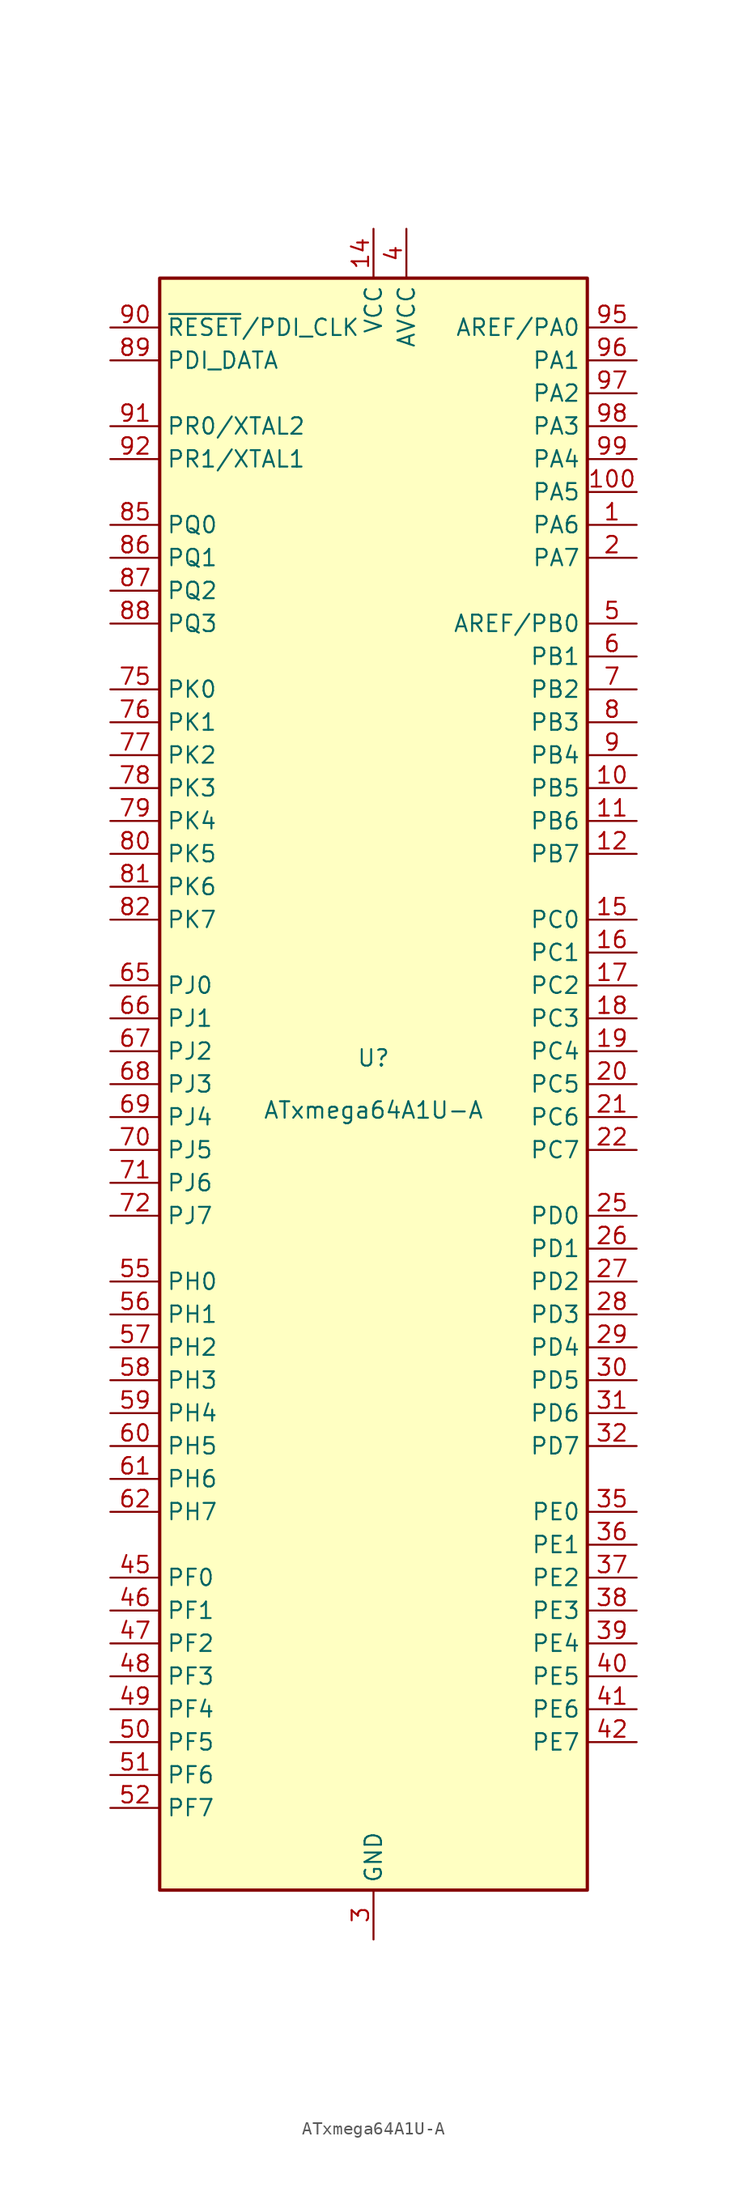
<source format=kicad_sym>
(kicad_symbol_lib
  (version 20201005)
  (generator kicad_symbol_editor)
  (symbol "ATxmega64A1U-A"
    (property "Reference" "U"
      (at 0 1.27 0)
      (effects (font (size 1.27 1.27)) (justify bottom)))
    (property "Value" "ATxmega64A1U-A"
      (at 0 -1.27 0)
      (effects (font (size 1.27 1.27)) (justify top)))
    (symbol "ATxmega64A1U-A_0_1"
      (rectangle (start -16.51 -62.23) (end 16.51 62.23) (stroke (width 0.254)) (fill (type background))))
    (symbol "ATxmega64A1U-A_1_1"
      (pin bidirectional line (at 20.32 43.18 180) (length 3.81) (name "PA6" (effects (font (size 1.27 1.27)))) (number "1" (effects (font (size 1.27 1.27)))))
      (pin bidirectional line (at 20.32 22.86 180) (length 3.81) (name "PB5" (effects (font (size 1.27 1.27)))) (number "10" (effects (font (size 1.27 1.27)))))
      (pin bidirectional line (at 20.32 45.72 180) (length 3.81) (name "PA5" (effects (font (size 1.27 1.27)))) (number "100" (effects (font (size 1.27 1.27)))))
      (pin bidirectional line (at 20.32 20.32 180) (length 3.81) (name "PB6" (effects (font (size 1.27 1.27)))) (number "11" (effects (font (size 1.27 1.27)))))
      (pin bidirectional line (at 20.32 17.78 180) (length 3.81) (name "PB7" (effects (font (size 1.27 1.27)))) (number "12" (effects (font (size 1.27 1.27)))))
      (pin passive line (at 0 -66.04 90) (length 3.81) hide (name "GND" (effects (font (size 1.27 1.27)))) (number "13" (effects (font (size 1.27 1.27)))))
      (pin power_in line (at 0 66.04 270) (length 3.81) (name "VCC" (effects (font (size 1.27 1.27)))) (number "14" (effects (font (size 1.27 1.27)))))
      (pin bidirectional line (at 20.32 12.7 180) (length 3.81) (name "PC0" (effects (font (size 1.27 1.27)))) (number "15" (effects (font (size 1.27 1.27)))))
      (pin bidirectional line (at 20.32 10.16 180) (length 3.81) (name "PC1" (effects (font (size 1.27 1.27)))) (number "16" (effects (font (size 1.27 1.27)))))
      (pin bidirectional line (at 20.32 7.62 180) (length 3.81) (name "PC2" (effects (font (size 1.27 1.27)))) (number "17" (effects (font (size 1.27 1.27)))))
      (pin bidirectional line (at 20.32 5.08 180) (length 3.81) (name "PC3" (effects (font (size 1.27 1.27)))) (number "18" (effects (font (size 1.27 1.27)))))
      (pin bidirectional line (at 20.32 2.54 180) (length 3.81) (name "PC4" (effects (font (size 1.27 1.27)))) (number "19" (effects (font (size 1.27 1.27)))))
      (pin bidirectional line (at 20.32 40.64 180) (length 3.81) (name "PA7" (effects (font (size 1.27 1.27)))) (number "2" (effects (font (size 1.27 1.27)))))
      (pin bidirectional line (at 20.32 0 180) (length 3.81) (name "PC5" (effects (font (size 1.27 1.27)))) (number "20" (effects (font (size 1.27 1.27)))))
      (pin bidirectional line (at 20.32 -2.54 180) (length 3.81) (name "PC6" (effects (font (size 1.27 1.27)))) (number "21" (effects (font (size 1.27 1.27)))))
      (pin bidirectional line (at 20.32 -5.08 180) (length 3.81) (name "PC7" (effects (font (size 1.27 1.27)))) (number "22" (effects (font (size 1.27 1.27)))))
      (pin passive line (at 0 -66.04 90) (length 3.81) hide (name "GND" (effects (font (size 1.27 1.27)))) (number "23" (effects (font (size 1.27 1.27)))))
      (pin passive line (at 0 66.04 270) (length 3.81) hide (name "VCC" (effects (font (size 1.27 1.27)))) (number "24" (effects (font (size 1.27 1.27)))))
      (pin bidirectional line (at 20.32 -10.16 180) (length 3.81) (name "PD0" (effects (font (size 1.27 1.27)))) (number "25" (effects (font (size 1.27 1.27)))))
      (pin bidirectional line (at 20.32 -12.7 180) (length 3.81) (name "PD1" (effects (font (size 1.27 1.27)))) (number "26" (effects (font (size 1.27 1.27)))))
      (pin bidirectional line (at 20.32 -15.24 180) (length 3.81) (name "PD2" (effects (font (size 1.27 1.27)))) (number "27" (effects (font (size 1.27 1.27)))))
      (pin bidirectional line (at 20.32 -17.78 180) (length 3.81) (name "PD3" (effects (font (size 1.27 1.27)))) (number "28" (effects (font (size 1.27 1.27)))))
      (pin bidirectional line (at 20.32 -20.32 180) (length 3.81) (name "PD4" (effects (font (size 1.27 1.27)))) (number "29" (effects (font (size 1.27 1.27)))))
      (pin power_in line (at 0 -66.04 90) (length 3.81) (name "GND" (effects (font (size 1.27 1.27)))) (number "3" (effects (font (size 1.27 1.27)))))
      (pin bidirectional line (at 20.32 -22.86 180) (length 3.81) (name "PD5" (effects (font (size 1.27 1.27)))) (number "30" (effects (font (size 1.27 1.27)))))
      (pin bidirectional line (at 20.32 -25.4 180) (length 3.81) (name "PD6" (effects (font (size 1.27 1.27)))) (number "31" (effects (font (size 1.27 1.27)))))
      (pin bidirectional line (at 20.32 -27.94 180) (length 3.81) (name "PD7" (effects (font (size 1.27 1.27)))) (number "32" (effects (font (size 1.27 1.27)))))
      (pin passive line (at 0 -66.04 90) (length 3.81) hide (name "GND" (effects (font (size 1.27 1.27)))) (number "33" (effects (font (size 1.27 1.27)))))
      (pin passive line (at 0 66.04 270) (length 3.81) hide (name "VCC" (effects (font (size 1.27 1.27)))) (number "34" (effects (font (size 1.27 1.27)))))
      (pin bidirectional line (at 20.32 -33.02 180) (length 3.81) (name "PE0" (effects (font (size 1.27 1.27)))) (number "35" (effects (font (size 1.27 1.27)))))
      (pin bidirectional line (at 20.32 -35.56 180) (length 3.81) (name "PE1" (effects (font (size 1.27 1.27)))) (number "36" (effects (font (size 1.27 1.27)))))
      (pin bidirectional line (at 20.32 -38.1 180) (length 3.81) (name "PE2" (effects (font (size 1.27 1.27)))) (number "37" (effects (font (size 1.27 1.27)))))
      (pin bidirectional line (at 20.32 -40.64 180) (length 3.81) (name "PE3" (effects (font (size 1.27 1.27)))) (number "38" (effects (font (size 1.27 1.27)))))
      (pin bidirectional line (at 20.32 -43.18 180) (length 3.81) (name "PE4" (effects (font (size 1.27 1.27)))) (number "39" (effects (font (size 1.27 1.27)))))
      (pin power_in line (at 2.54 66.04 270) (length 3.81) (name "AVCC" (effects (font (size 1.27 1.27)))) (number "4" (effects (font (size 1.27 1.27)))))
      (pin bidirectional line (at 20.32 -45.72 180) (length 3.81) (name "PE5" (effects (font (size 1.27 1.27)))) (number "40" (effects (font (size 1.27 1.27)))))
      (pin bidirectional line (at 20.32 -48.26 180) (length 3.81) (name "PE6" (effects (font (size 1.27 1.27)))) (number "41" (effects (font (size 1.27 1.27)))))
      (pin bidirectional line (at 20.32 -50.8 180) (length 3.81) (name "PE7" (effects (font (size 1.27 1.27)))) (number "42" (effects (font (size 1.27 1.27)))))
      (pin passive line (at 0 -66.04 90) (length 3.81) hide (name "GND" (effects (font (size 1.27 1.27)))) (number "43" (effects (font (size 1.27 1.27)))))
      (pin passive line (at 0 66.04 270) (length 3.81) hide (name "VCC" (effects (font (size 1.27 1.27)))) (number "44" (effects (font (size 1.27 1.27)))))
      (pin bidirectional line (at -20.32 -38.1 0) (length 3.81) (name "PF0" (effects (font (size 1.27 1.27)))) (number "45" (effects (font (size 1.27 1.27)))))
      (pin bidirectional line (at -20.32 -40.64 0) (length 3.81) (name "PF1" (effects (font (size 1.27 1.27)))) (number "46" (effects (font (size 1.27 1.27)))))
      (pin bidirectional line (at -20.32 -43.18 0) (length 3.81) (name "PF2" (effects (font (size 1.27 1.27)))) (number "47" (effects (font (size 1.27 1.27)))))
      (pin bidirectional line (at -20.32 -45.72 0) (length 3.81) (name "PF3" (effects (font (size 1.27 1.27)))) (number "48" (effects (font (size 1.27 1.27)))))
      (pin bidirectional line (at -20.32 -48.26 0) (length 3.81) (name "PF4" (effects (font (size 1.27 1.27)))) (number "49" (effects (font (size 1.27 1.27)))))
      (pin bidirectional line (at 20.32 35.56 180) (length 3.81) (name "AREF/PB0" (effects (font (size 1.27 1.27)))) (number "5" (effects (font (size 1.27 1.27)))))
      (pin bidirectional line (at -20.32 -50.8 0) (length 3.81) (name "PF5" (effects (font (size 1.27 1.27)))) (number "50" (effects (font (size 1.27 1.27)))))
      (pin bidirectional line (at -20.32 -53.34 0) (length 3.81) (name "PF6" (effects (font (size 1.27 1.27)))) (number "51" (effects (font (size 1.27 1.27)))))
      (pin bidirectional line (at -20.32 -55.88 0) (length 3.81) (name "PF7" (effects (font (size 1.27 1.27)))) (number "52" (effects (font (size 1.27 1.27)))))
      (pin passive line (at 0 -66.04 90) (length 3.81) hide (name "GND" (effects (font (size 1.27 1.27)))) (number "53" (effects (font (size 1.27 1.27)))))
      (pin passive line (at 0 66.04 270) (length 3.81) hide (name "VCC" (effects (font (size 1.27 1.27)))) (number "54" (effects (font (size 1.27 1.27)))))
      (pin bidirectional line (at -20.32 -15.24 0) (length 3.81) (name "PH0" (effects (font (size 1.27 1.27)))) (number "55" (effects (font (size 1.27 1.27)))))
      (pin bidirectional line (at -20.32 -17.78 0) (length 3.81) (name "PH1" (effects (font (size 1.27 1.27)))) (number "56" (effects (font (size 1.27 1.27)))))
      (pin bidirectional line (at -20.32 -20.32 0) (length 3.81) (name "PH2" (effects (font (size 1.27 1.27)))) (number "57" (effects (font (size 1.27 1.27)))))
      (pin bidirectional line (at -20.32 -22.86 0) (length 3.81) (name "PH3" (effects (font (size 1.27 1.27)))) (number "58" (effects (font (size 1.27 1.27)))))
      (pin bidirectional line (at -20.32 -25.4 0) (length 3.81) (name "PH4" (effects (font (size 1.27 1.27)))) (number "59" (effects (font (size 1.27 1.27)))))
      (pin bidirectional line (at 20.32 33.02 180) (length 3.81) (name "PB1" (effects (font (size 1.27 1.27)))) (number "6" (effects (font (size 1.27 1.27)))))
      (pin bidirectional line (at -20.32 -27.94 0) (length 3.81) (name "PH5" (effects (font (size 1.27 1.27)))) (number "60" (effects (font (size 1.27 1.27)))))
      (pin bidirectional line (at -20.32 -30.48 0) (length 3.81) (name "PH6" (effects (font (size 1.27 1.27)))) (number "61" (effects (font (size 1.27 1.27)))))
      (pin bidirectional line (at -20.32 -33.02 0) (length 3.81) (name "PH7" (effects (font (size 1.27 1.27)))) (number "62" (effects (font (size 1.27 1.27)))))
      (pin passive line (at 0 -66.04 90) (length 3.81) hide (name "GND" (effects (font (size 1.27 1.27)))) (number "63" (effects (font (size 1.27 1.27)))))
      (pin passive line (at 0 66.04 270) (length 3.81) hide (name "VCC" (effects (font (size 1.27 1.27)))) (number "64" (effects (font (size 1.27 1.27)))))
      (pin bidirectional line (at -20.32 7.62 0) (length 3.81) (name "PJ0" (effects (font (size 1.27 1.27)))) (number "65" (effects (font (size 1.27 1.27)))))
      (pin bidirectional line (at -20.32 5.08 0) (length 3.81) (name "PJ1" (effects (font (size 1.27 1.27)))) (number "66" (effects (font (size 1.27 1.27)))))
      (pin bidirectional line (at -20.32 2.54 0) (length 3.81) (name "PJ2" (effects (font (size 1.27 1.27)))) (number "67" (effects (font (size 1.27 1.27)))))
      (pin bidirectional line (at -20.32 0 0) (length 3.81) (name "PJ3" (effects (font (size 1.27 1.27)))) (number "68" (effects (font (size 1.27 1.27)))))
      (pin bidirectional line (at -20.32 -2.54 0) (length 3.81) (name "PJ4" (effects (font (size 1.27 1.27)))) (number "69" (effects (font (size 1.27 1.27)))))
      (pin bidirectional line (at 20.32 30.48 180) (length 3.81) (name "PB2" (effects (font (size 1.27 1.27)))) (number "7" (effects (font (size 1.27 1.27)))))
      (pin bidirectional line (at -20.32 -5.08 0) (length 3.81) (name "PJ5" (effects (font (size 1.27 1.27)))) (number "70" (effects (font (size 1.27 1.27)))))
      (pin bidirectional line (at -20.32 -7.62 0) (length 3.81) (name "PJ6" (effects (font (size 1.27 1.27)))) (number "71" (effects (font (size 1.27 1.27)))))
      (pin bidirectional line (at -20.32 -10.16 0) (length 3.81) (name "PJ7" (effects (font (size 1.27 1.27)))) (number "72" (effects (font (size 1.27 1.27)))))
      (pin passive line (at 0 -66.04 90) (length 3.81) hide (name "GND" (effects (font (size 1.27 1.27)))) (number "73" (effects (font (size 1.27 1.27)))))
      (pin passive line (at 0 66.04 270) (length 3.81) hide (name "VCC" (effects (font (size 1.27 1.27)))) (number "74" (effects (font (size 1.27 1.27)))))
      (pin bidirectional line (at -20.32 30.48 0) (length 3.81) (name "PK0" (effects (font (size 1.27 1.27)))) (number "75" (effects (font (size 1.27 1.27)))))
      (pin bidirectional line (at -20.32 27.94 0) (length 3.81) (name "PK1" (effects (font (size 1.27 1.27)))) (number "76" (effects (font (size 1.27 1.27)))))
      (pin bidirectional line (at -20.32 25.4 0) (length 3.81) (name "PK2" (effects (font (size 1.27 1.27)))) (number "77" (effects (font (size 1.27 1.27)))))
      (pin bidirectional line (at -20.32 22.86 0) (length 3.81) (name "PK3" (effects (font (size 1.27 1.27)))) (number "78" (effects (font (size 1.27 1.27)))))
      (pin bidirectional line (at -20.32 20.32 0) (length 3.81) (name "PK4" (effects (font (size 1.27 1.27)))) (number "79" (effects (font (size 1.27 1.27)))))
      (pin bidirectional line (at 20.32 27.94 180) (length 3.81) (name "PB3" (effects (font (size 1.27 1.27)))) (number "8" (effects (font (size 1.27 1.27)))))
      (pin bidirectional line (at -20.32 17.78 0) (length 3.81) (name "PK5" (effects (font (size 1.27 1.27)))) (number "80" (effects (font (size 1.27 1.27)))))
      (pin bidirectional line (at -20.32 15.24 0) (length 3.81) (name "PK6" (effects (font (size 1.27 1.27)))) (number "81" (effects (font (size 1.27 1.27)))))
      (pin bidirectional line (at -20.32 12.7 0) (length 3.81) (name "PK7" (effects (font (size 1.27 1.27)))) (number "82" (effects (font (size 1.27 1.27)))))
      (pin passive line (at 0 66.04 270) (length 3.81) hide (name "VCC" (effects (font (size 1.27 1.27)))) (number "83" (effects (font (size 1.27 1.27)))))
      (pin passive line (at 0 -66.04 90) (length 3.81) hide (name "GND" (effects (font (size 1.27 1.27)))) (number "84" (effects (font (size 1.27 1.27)))))
      (pin bidirectional line (at -20.32 43.18 0) (length 3.81) (name "PQ0" (effects (font (size 1.27 1.27)))) (number "85" (effects (font (size 1.27 1.27)))))
      (pin bidirectional line (at -20.32 40.64 0) (length 3.81) (name "PQ1" (effects (font (size 1.27 1.27)))) (number "86" (effects (font (size 1.27 1.27)))))
      (pin bidirectional line (at -20.32 38.1 0) (length 3.81) (name "PQ2" (effects (font (size 1.27 1.27)))) (number "87" (effects (font (size 1.27 1.27)))))
      (pin bidirectional line (at -20.32 35.56 0) (length 3.81) (name "PQ3" (effects (font (size 1.27 1.27)))) (number "88" (effects (font (size 1.27 1.27)))))
      (pin bidirectional line (at -20.32 55.88 0) (length 3.81) (name "PDI_DATA" (effects (font (size 1.27 1.27)))) (number "89" (effects (font (size 1.27 1.27)))))
      (pin bidirectional line (at 20.32 25.4 180) (length 3.81) (name "PB4" (effects (font (size 1.27 1.27)))) (number "9" (effects (font (size 1.27 1.27)))))
      (pin input line (at -20.32 58.42 0) (length 3.81) (name "~RESET~/PDI_CLK" (effects (font (size 1.27 1.27)))) (number "90" (effects (font (size 1.27 1.27)))))
      (pin bidirectional line (at -20.32 50.8 0) (length 3.81) (name "PR0/XTAL2" (effects (font (size 1.27 1.27)))) (number "91" (effects (font (size 1.27 1.27)))))
      (pin bidirectional line (at -20.32 48.26 0) (length 3.81) (name "PR1/XTAL1" (effects (font (size 1.27 1.27)))) (number "92" (effects (font (size 1.27 1.27)))))
      (pin passive line (at 0 -66.04 90) (length 3.81) hide (name "GND" (effects (font (size 1.27 1.27)))) (number "93" (effects (font (size 1.27 1.27)))))
      (pin passive line (at 2.54 66.04 270) (length 3.81) hide (name "AVCC" (effects (font (size 1.27 1.27)))) (number "94" (effects (font (size 1.27 1.27)))))
      (pin bidirectional line (at 20.32 58.42 180) (length 3.81) (name "AREF/PA0" (effects (font (size 1.27 1.27)))) (number "95" (effects (font (size 1.27 1.27)))))
      (pin bidirectional line (at 20.32 55.88 180) (length 3.81) (name "PA1" (effects (font (size 1.27 1.27)))) (number "96" (effects (font (size 1.27 1.27)))))
      (pin bidirectional line (at 20.32 53.34 180) (length 3.81) (name "PA2" (effects (font (size 1.27 1.27)))) (number "97" (effects (font (size 1.27 1.27)))))
      (pin bidirectional line (at 20.32 50.8 180) (length 3.81) (name "PA3" (effects (font (size 1.27 1.27)))) (number "98" (effects (font (size 1.27 1.27)))))
      (pin bidirectional line (at 20.32 48.26 180) (length 3.81) (name "PA4" (effects (font (size 1.27 1.27)))) (number "99" (effects (font (size 1.27 1.27))))))))
</source>
